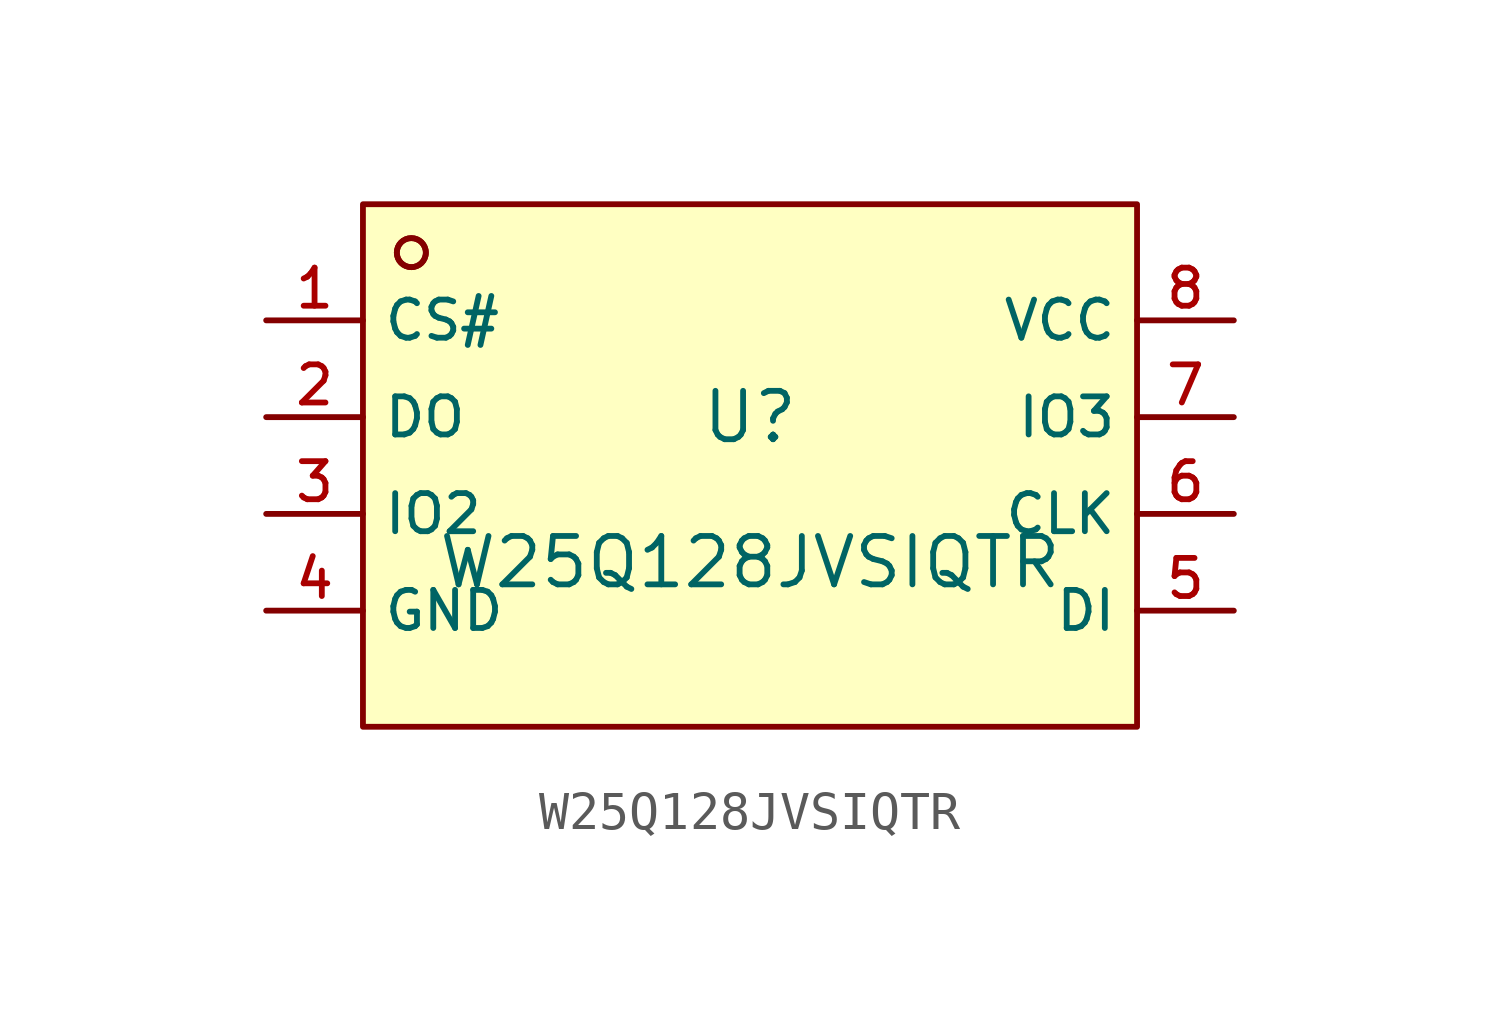
<source format=kicad_sym>
(kicad_symbol_lib
  (version 20210201)
  (generator TousstNicolas/JLC2KiCad_lib)
  (symbol "W25Q128JVSIQTR"
    (property "Reference" "U"
      (at 0 1.27 0)
      (effects (font (size 1.27 1.27))))
    (property "Value" "W25Q128JVSIQTR"
      (at 0 -2.54 0)
      (effects (font (size 1.27 1.27))))
    (symbol "W25Q128JVSIQTR_0_1"
      (circle (center -8.89 5.588) (radius 0.381) (stroke (width 0) (type default) (color 0 0 0 0)) (fill (type background)))
      (rectangle (start -10.16 6.858) (end 10.16 -6.858) (stroke (width 0) (type default) (color 0 0 0 0)) (fill (type background)))
      (circle (center -8.89 5.588) (radius 0.381) (stroke (width 0) (type default) (color 0 0 0 0)) (fill (type background)))
      (pin unspecified line (at -12.7 3.81 0) (length 2.54) (name "CS#" (effects (font (size 1 1)))) (number "1" (effects (font (size 1 1)))))
      (pin unspecified line (at -12.7 1.27 0) (length 2.54) (name "DO" (effects (font (size 1 1)))) (number "2" (effects (font (size 1 1)))))
      (pin unspecified line (at -12.7 -1.27 0) (length 2.54) (name "IO2" (effects (font (size 1 1)))) (number "3" (effects (font (size 1 1)))))
      (pin unspecified line (at -12.7 -3.81 0) (length 2.54) (name "GND" (effects (font (size 1 1)))) (number "4" (effects (font (size 1 1)))))
      (pin unspecified line (at 12.7 -3.81 180) (length 2.54) (name "DI" (effects (font (size 1 1)))) (number "5" (effects (font (size 1 1)))))
      (pin unspecified line (at 12.7 -1.27 180) (length 2.54) (name "CLK" (effects (font (size 1 1)))) (number "6" (effects (font (size 1 1)))))
      (pin unspecified line (at 12.7 1.27 180) (length 2.54) (name "IO3" (effects (font (size 1 1)))) (number "7" (effects (font (size 1 1)))))
      (pin unspecified line (at 12.7 3.81 180) (length 2.54) (name "VCC" (effects (font (size 1 1)))) (number "8" (effects (font (size 1 1))))))))
</source>
